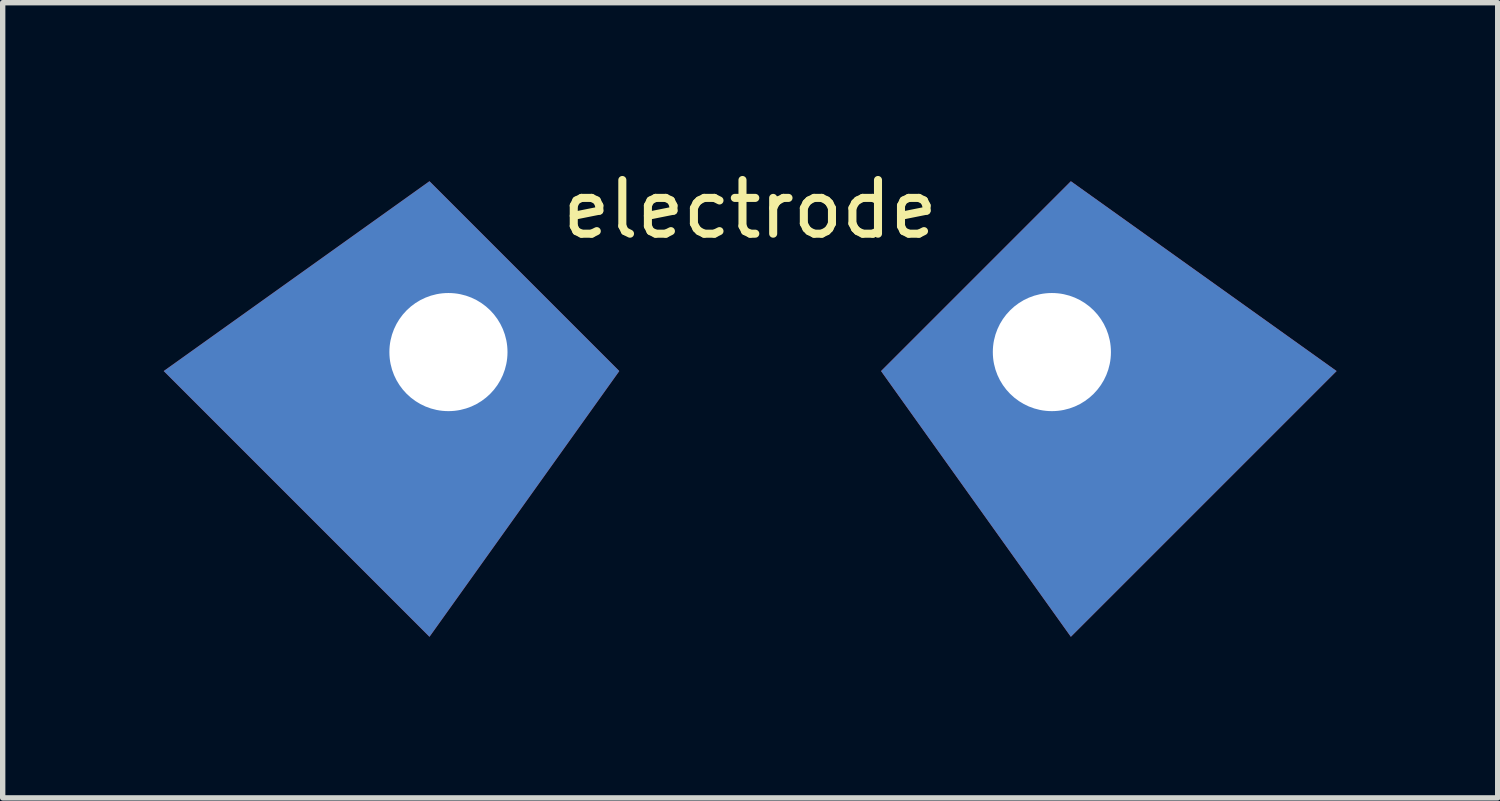
<source format=kicad_pcb>
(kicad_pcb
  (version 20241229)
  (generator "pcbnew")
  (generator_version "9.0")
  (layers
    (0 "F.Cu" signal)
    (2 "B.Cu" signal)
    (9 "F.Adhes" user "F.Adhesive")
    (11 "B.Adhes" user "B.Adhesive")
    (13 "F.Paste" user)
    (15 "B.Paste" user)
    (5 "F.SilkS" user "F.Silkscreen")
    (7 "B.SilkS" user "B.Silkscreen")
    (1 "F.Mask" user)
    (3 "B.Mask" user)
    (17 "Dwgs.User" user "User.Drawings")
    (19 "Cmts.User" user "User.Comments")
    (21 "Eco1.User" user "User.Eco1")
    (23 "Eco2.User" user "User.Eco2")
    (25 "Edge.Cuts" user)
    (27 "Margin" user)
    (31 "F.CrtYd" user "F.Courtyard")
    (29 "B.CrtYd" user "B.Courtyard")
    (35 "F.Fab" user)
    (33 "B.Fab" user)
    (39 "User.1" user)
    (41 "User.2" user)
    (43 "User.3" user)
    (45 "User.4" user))
  (footprint "electrode"
    (layer "F.Cu")
    (at 10.923 0.348)
    (property "Reference" "electrode" (at 0 0.5 0) (layer "F.SilkS") (effects (font (size 1 1) (thickness 0.15))))
    (attr through_hole)
    (pad "1" thru_hole trapezoid (at -5.62 3.16 45) (size 6 6) (rect_delta 1 0) (drill 2.2 (offset -1 0)) (layers "F.Cu" "F.Mask" "F.Paste"))
    (pad "2" thru_hole trapezoid (at 5.62 3.16 135) (size 6 6) (rect_delta 1 0) (drill 2.2 (offset -1 0)) (layers "F.Cu" "F.Mask" "F.Paste")))
  (gr_rect
    (start -3 -3)
    (end 24.847 11.812)
    (stroke (width 0.1) (type default))
    (fill no)
    (layer "Edge.Cuts")))
</source>
